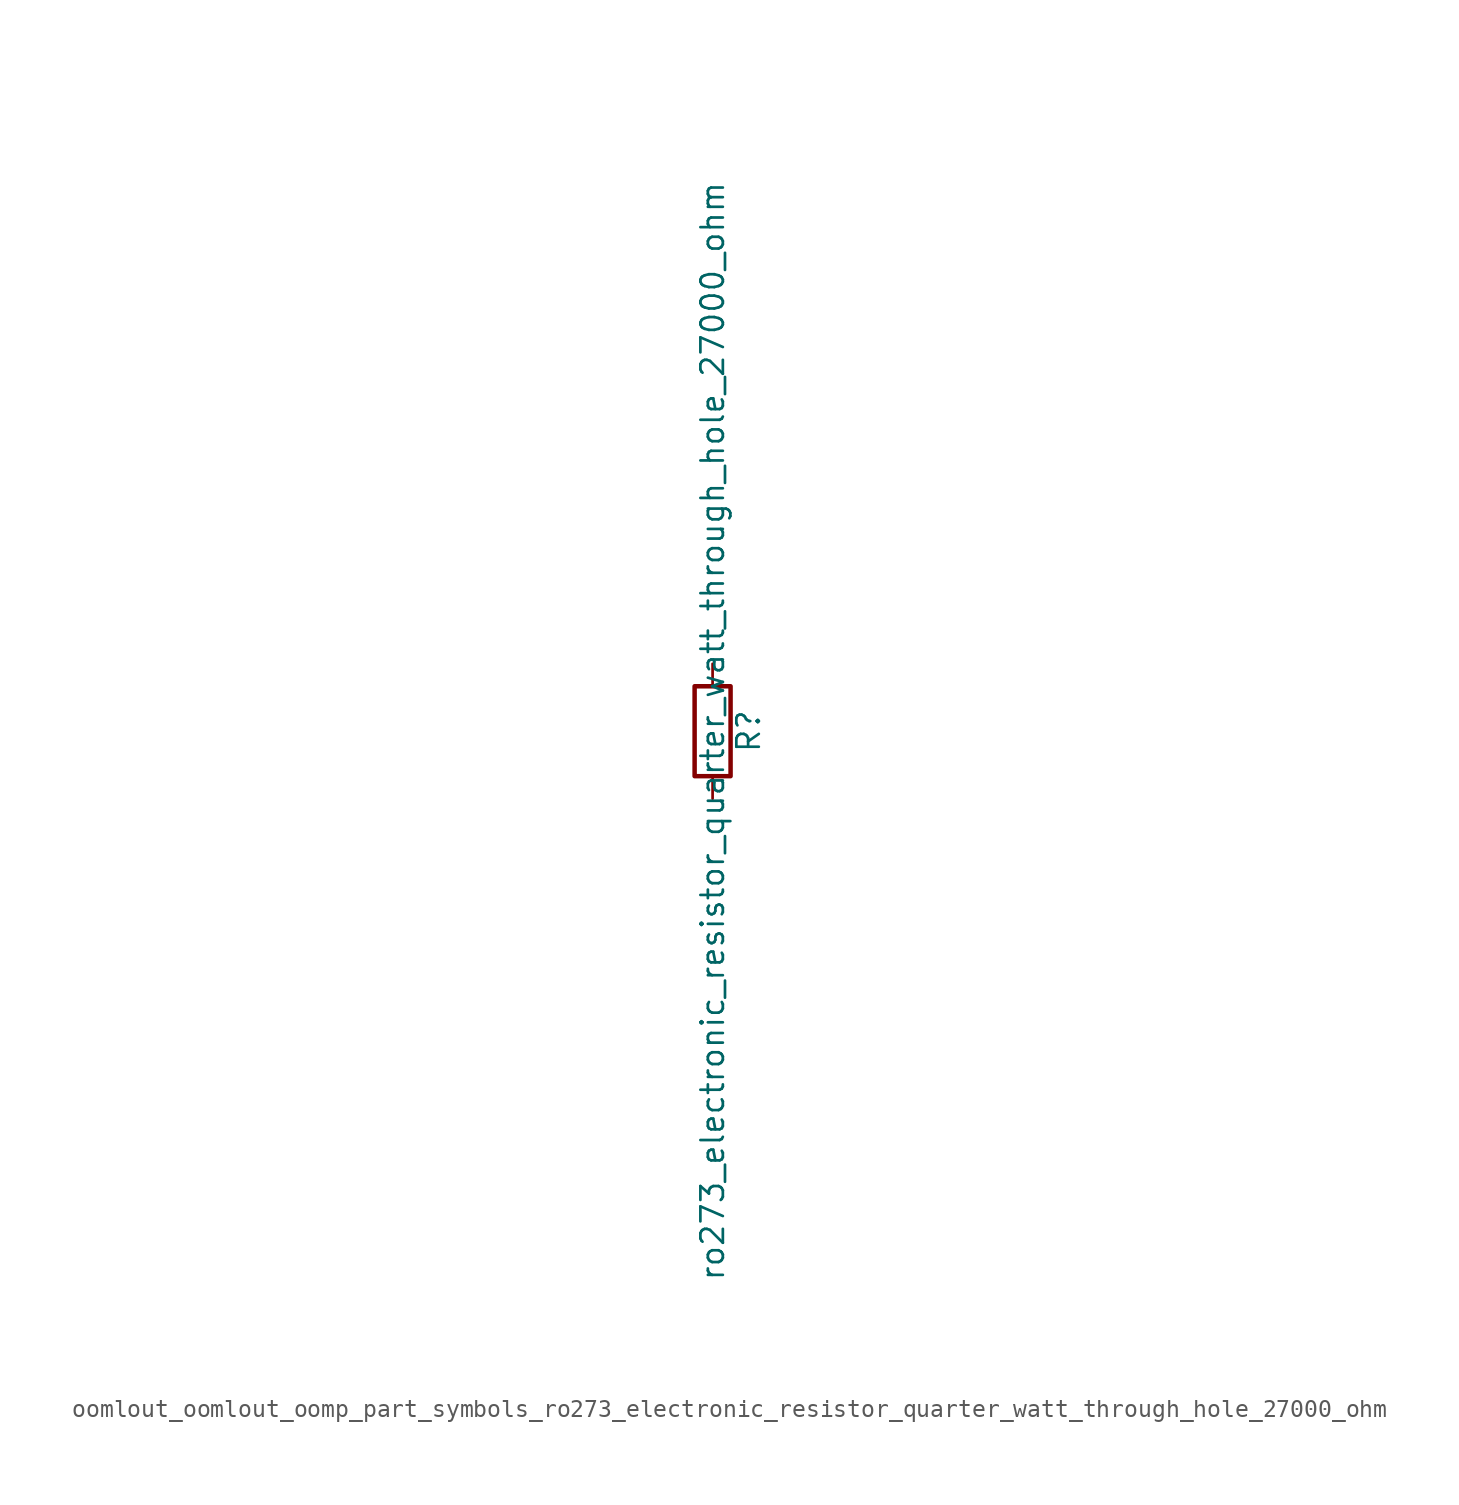
<source format=kicad_sym>
(kicad_symbol_lib
  (version 20220914)
  (generator kicad_symbol_editor)
  (symbol "oomlout_oomlout_oomp_part_symbols_ro273_electronic_resistor_quarter_watt_through_hole_27000_ohm"
    (pin_numbers hide)
    (pin_names
      (offset 0))
    (property "Reference" "R"
      (at 2.032 0 90)
      (effects (font (size 1.27 1.27))))
    (property "Value" "ro273_electronic_resistor_quarter_watt_through_hole_27000_ohm"
      (at 0 0 90)
      (effects (font (size 1.27 1.27))))
    (symbol "oomlout_oomlout_oomp_part_symbols_ro273_electronic_resistor_quarter_watt_through_hole_27000_ohm_0_1"
      (rectangle (start -1.016 -2.54) (end 1.016 2.54) (stroke (width 0.254) (type default)) (fill (type none))))
    (symbol "oomlout_oomlout_oomp_part_symbols_ro273_electronic_resistor_quarter_watt_through_hole_27000_ohm_1_1"
      (pin passive line (at 0 3.81 270) (length 1.27) (name "~" (effects (font (size 1.27 1.27)))) (number "1" (effects (font (size 1.27 1.27)))))
      (pin passive line (at 0 -3.81 90) (length 1.27) (name "~" (effects (font (size 1.27 1.27)))) (number "2" (effects (font (size 1.27 1.27))))))))
</source>
